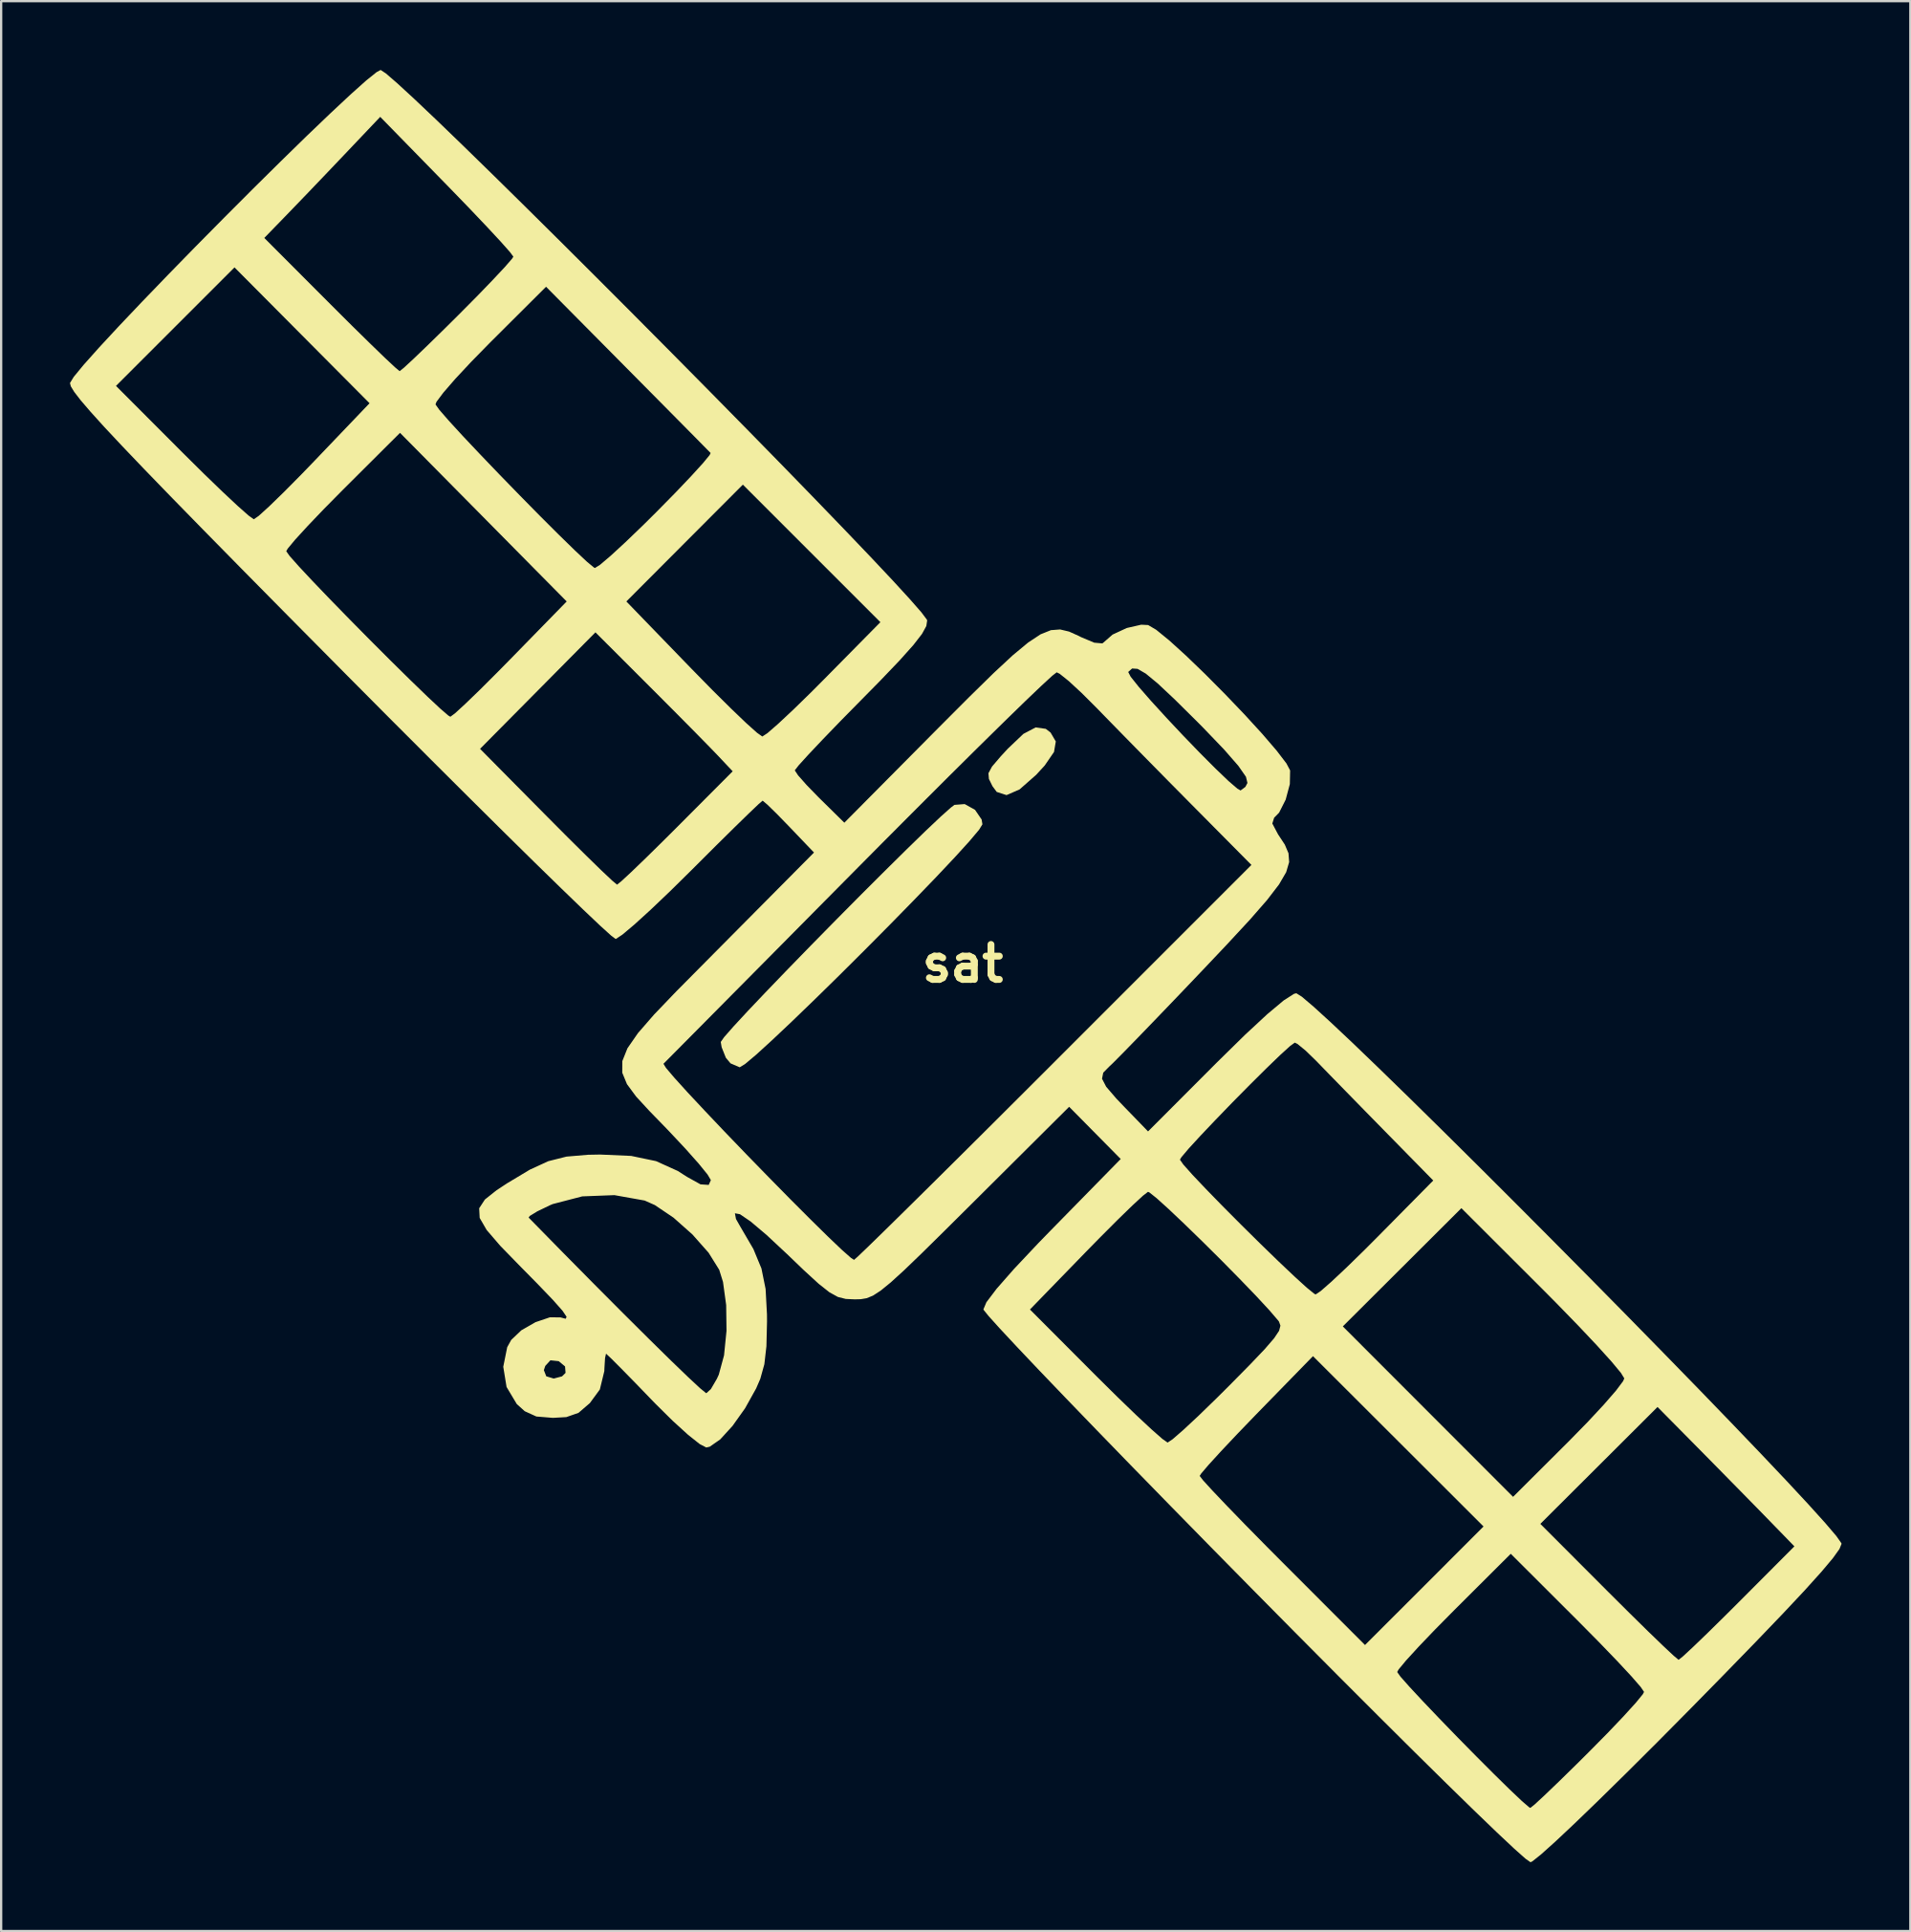
<source format=kicad_pcb>
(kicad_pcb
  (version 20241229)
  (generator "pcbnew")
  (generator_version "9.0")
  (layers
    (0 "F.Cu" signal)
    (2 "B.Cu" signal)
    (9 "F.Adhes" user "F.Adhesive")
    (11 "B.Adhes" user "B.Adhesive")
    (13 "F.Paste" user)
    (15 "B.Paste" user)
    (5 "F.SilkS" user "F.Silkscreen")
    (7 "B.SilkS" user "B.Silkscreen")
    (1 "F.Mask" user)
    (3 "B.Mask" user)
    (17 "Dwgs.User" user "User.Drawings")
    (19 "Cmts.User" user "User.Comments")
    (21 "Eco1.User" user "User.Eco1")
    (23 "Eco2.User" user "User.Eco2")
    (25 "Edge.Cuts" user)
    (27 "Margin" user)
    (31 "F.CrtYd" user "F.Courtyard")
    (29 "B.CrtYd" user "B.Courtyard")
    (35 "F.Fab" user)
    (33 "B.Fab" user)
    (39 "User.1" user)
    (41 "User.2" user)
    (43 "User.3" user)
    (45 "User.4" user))
  (footprint "sat"
    (layer "F.Cu")
    (at 38.919 38.961)
    (property "Reference" "sat" (at 0 0 0) (layer "F.SilkS") (effects (font (size 1.524 1.524) (thickness 0.3))))
    (attr board_only exclude_from_pos_files exclude_from_bom)
    (fp_poly (pts (xy 3.623 -10.236) (xy 3.832 -10.074) (xy 4.06 -9.686) (xy 3.982 -9.228) (xy 3.576 -8.637) (xy 3.204 -8.231) (xy 2.479 -7.594) (xy 1.912 -7.347) (xy 1.485 -7.485) (xy 1.299 -7.735) (xy 1.144 -8.051) (xy 1.123 -8.3) (xy 1.279 -8.591) (xy 1.656 -9.033) (xy 1.965 -9.368) (xy 2.646 -10.016) (xy 3.181 -10.298)) (stroke (width 0) (type solid)) (fill yes) (layer "F.SilkS"))
    (fp_poly (pts (xy 0.537 -6.706) (xy 0.826 -6.283) (xy 0.861 -6.074) (xy 0.713 -5.834) (xy 0.297 -5.34) (xy -0.343 -4.636) (xy -1.164 -3.765) (xy -2.122 -2.772) (xy -3.173 -1.698) (xy -4.274 -0.589) (xy -5.381 0.513) (xy -6.452 1.563) (xy -7.441 2.518) (xy -8.307 3.335) (xy -9.004 3.971) (xy -9.491 4.38) (xy -9.72 4.52) (xy -10.121 4.348) (xy -10.325 4.104) (xy -10.508 3.645) (xy -10.547 3.415) (xy -10.401 3.206) (xy -9.991 2.739) (xy -9.362 2.059) (xy -8.555 1.209) (xy -7.615 0.233) (xy -6.586 -0.824) (xy -5.51 -1.919) (xy -4.431 -3.007) (xy -3.392 -4.044) (xy -2.438 -4.987) (xy -1.611 -5.791) (xy -0.954 -6.412) (xy -0.512 -6.806) (xy -0.359 -6.921) (xy 0.088 -6.956)) (stroke (width 0) (type solid)) (fill yes) (layer "F.SilkS"))
    (fp_poly (pts (xy -25.147 -38.811) (xy -24.649 -38.38) (xy -23.908 -37.698) (xy -22.952 -36.792) (xy -21.812 -35.691) (xy -20.514 -34.424) (xy -19.088 -33.02) (xy -17.562 -31.508) (xy -15.964 -29.915) (xy -14.323 -28.271) (xy -12.667 -26.604) (xy -11.025 -24.943) (xy -9.425 -23.317) (xy -7.896 -21.755) (xy -6.466 -20.284) (xy -5.164 -18.934) (xy -4.017 -17.734) (xy -3.055 -16.711) (xy -2.307 -15.895) (xy -1.799 -15.315) (xy -1.562 -14.998) (xy -1.548 -14.962) (xy -1.585 -14.717) (xy -1.775 -14.372) (xy -2.152 -13.887) (xy -2.749 -13.219) (xy -3.601 -12.328) (xy -4.4 -11.517) (xy -5.306 -10.597) (xy -6.097 -9.778) (xy -6.727 -9.111) (xy -7.15 -8.645) (xy -7.318 -8.429) (xy -7.319 -8.424) (xy -7.176 -8.208) (xy -6.801 -7.784) (xy -6.273 -7.241) (xy -6.239 -7.208) (xy -5.159 -6.144) (xy -1.069 -10.267) (xy 0.258 -11.597) (xy 1.326 -12.645) (xy 1.396 -12.711) (xy 7.218 -12.711) (xy 7.323 -12.509) (xy 7.675 -12.068) (xy 8.213 -11.452) (xy 8.877 -10.725) (xy 9.606 -9.948) (xy 10.341 -9.187) (xy 11.022 -8.504) (xy 11.587 -7.963) (xy 11.978 -7.627) (xy 12.115 -7.549) (xy 12.325 -7.706) (xy 12.414 -7.876) (xy 12.35 -8.145) (xy 12.016 -8.625) (xy 11.394 -9.337) (xy 10.467 -10.303) (xy 10.205 -10.567) (xy 9.229 -11.533) (xy 8.502 -12.215) (xy 7.982 -12.644) (xy 7.625 -12.851) (xy 7.387 -12.867) (xy 7.225 -12.723) (xy 7.218 -12.711) (xy 1.396 -12.711) (xy 2.177 -13.437) (xy 2.853 -13.998) (xy 3.396 -14.357) (xy 3.847 -14.538) (xy 4.248 -14.569) (xy 4.639 -14.476) (xy 5.064 -14.285) (xy 5.164 -14.233) (xy 5.737 -13.992) (xy 6.09 -13.961) (xy 6.14 -14.001) (xy 6.536 -14.346) (xy 7.153 -14.632) (xy 7.784 -14.776) (xy 8.086 -14.761) (xy 8.437 -14.554) (xy 9.009 -14.088) (xy 9.741 -13.423) (xy 10.573 -12.621) (xy 11.444 -11.744) (xy 12.295 -10.854) (xy 13.063 -10.014) (xy 13.69 -9.284) (xy 14.115 -8.727) (xy 14.275 -8.423) (xy 14.263 -7.826) (xy 14.081 -7.148) (xy 13.795 -6.582) (xy 13.579 -6.361) (xy 13.499 -6.109) (xy 13.752 -5.631) (xy 13.772 -5.602) (xy 14.043 -5.19) (xy 14.204 -4.812) (xy 14.233 -4.426) (xy 14.103 -3.986) (xy 13.791 -3.451) (xy 13.272 -2.775) (xy 12.521 -1.915) (xy 11.514 -0.828) (xy 10.474 0.271) (xy 9.434 1.362) (xy 8.476 2.36) (xy 7.646 3.22) (xy 6.989 3.894) (xy 6.548 4.338) (xy 6.384 4.493) (xy 6.128 4.754) (xy 6.075 5.018) (xy 6.256 5.367) (xy 6.702 5.886) (xy 7.054 6.254) (xy 8.082 7.315) (xy 11.088 4.303) (xy 12.309 3.104) (xy 13.282 2.201) (xy 13.998 1.602) (xy 14.447 1.316) (xy 14.547 1.292) (xy 14.786 1.442) (xy 15.295 1.874) (xy 16.046 2.559) (xy 17.01 3.467) (xy 18.157 4.571) (xy 19.461 5.841) (xy 20.892 7.249) (xy 22.421 8.765) (xy 24.02 10.361) (xy 25.662 12.009) (xy 27.316 13.678) (xy 28.955 15.342) (xy 30.55 16.97) (xy 32.073 18.533) (xy 33.494 20.004) (xy 34.786 21.353) (xy 35.921 22.552) (xy 36.868 23.571) (xy 37.601 24.383) (xy 38.09 24.957) (xy 38.307 25.265) (xy 38.315 25.296) (xy 38.224 25.52) (xy 37.938 25.919) (xy 37.44 26.512) (xy 36.714 27.318) (xy 35.742 28.354) (xy 34.508 29.64) (xy 32.994 31.195) (xy 31.726 32.486) (xy 30.275 33.951) (xy 28.929 35.292) (xy 27.72 36.48) (xy 26.676 37.488) (xy 25.827 38.286) (xy 25.203 38.845) (xy 24.834 39.139) (xy 24.754 39.176) (xy 24.541 39.026) (xy 24.047 38.587) (xy 23.294 37.88) (xy 22.301 36.925) (xy 21.09 35.742) (xy 19.68 34.351) (xy 18.093 32.773) (xy 16.348 31.027) (xy 16.205 30.883) (xy 18.942 30.883) (xy 19.086 31.085) (xy 19.479 31.529) (xy 20.064 32.158) (xy 20.783 32.912) (xy 21.578 33.733) (xy 22.393 34.561) (xy 23.169 35.338) (xy 23.849 36.005) (xy 24.375 36.504) (xy 24.69 36.776) (xy 24.748 36.808) (xy 24.929 36.664) (xy 25.359 36.266) (xy 25.986 35.665) (xy 26.754 34.913) (xy 27.28 34.39) (xy 28.105 33.555) (xy 28.81 32.815) (xy 29.342 32.229) (xy 29.65 31.853) (xy 29.705 31.751) (xy 29.559 31.536) (xy 29.154 31.07) (xy 28.535 30.405) (xy 27.751 29.591) (xy 26.849 28.679) (xy 26.799 28.629) (xy 23.894 25.729) (xy 21.418 28.198) (xy 20.584 29.042) (xy 19.87 29.789) (xy 19.327 30.383) (xy 19.007 30.769) (xy 18.942 30.883) (xy 16.205 30.883) (xy 14.466 29.133) (xy 12.67 27.317) (xy 10.814 25.432) (xy 9.047 23.629) (xy 7.783 22.334) (xy 10.332 22.334) (xy 10.478 22.524) (xy 10.887 22.972) (xy 11.518 23.636) (xy 12.328 24.472) (xy 13.275 25.434) (xy 13.936 26.098) (xy 17.54 29.706) (xy 20.124 27.123) (xy 22.707 24.539) (xy 22.594 24.425) (xy 25.184 24.425) (xy 28.141 27.388) (xy 29.06 28.302) (xy 29.873 29.102) (xy 30.535 29.741) (xy 30.995 30.172) (xy 31.206 30.349) (xy 31.212 30.351) (xy 31.395 30.206) (xy 31.827 29.806) (xy 32.455 29.202) (xy 33.225 28.444) (xy 33.793 27.878) (xy 36.259 25.405) (xy 35.188 24.303) (xy 34.598 23.698) (xy 33.813 22.898) (xy 32.943 22.013) (xy 32.206 21.265) (xy 30.293 19.329) (xy 27.739 21.877) (xy 25.184 24.425) (xy 22.594 24.425) (xy 18.99 20.826) (xy 15.272 17.113) (xy 12.802 19.645) (xy 11.976 20.502) (xy 11.267 21.254) (xy 10.726 21.846) (xy 10.402 22.225) (xy 10.332 22.334) (xy 7.783 22.334) (xy 7.392 21.934) (xy 5.873 20.369) (xy 4.513 18.96) (xy 3.335 17.731) (xy 2.363 16.705) (xy 1.619 15.907) (xy 1.128 15.362) (xy 0.911 15.093) (xy 0.906 15.079) (xy 2.933 15.079) (xy 5.825 17.979) (xy 6.74 18.885) (xy 7.559 19.676) (xy 8.231 20.303) (xy 8.705 20.72) (xy 8.932 20.879) (xy 8.935 20.88) (xy 9.153 20.734) (xy 9.616 20.332) (xy 10.268 19.725) (xy 11.052 18.964) (xy 11.606 18.413) (xy 12.521 17.486) (xy 13.166 16.809) (xy 13.577 16.333) (xy 13.794 16.008) (xy 13.844 15.816) (xy 16.573 15.816) (xy 20.284 19.531) (xy 23.995 23.246) (xy 26.42 20.829) (xy 27.246 19.985) (xy 27.952 19.226) (xy 28.484 18.613) (xy 28.79 18.205) (xy 28.844 18.082) (xy 28.697 17.843) (xy 28.286 17.348) (xy 27.652 16.647) (xy 26.839 15.785) (xy 25.89 14.809) (xy 25.293 14.207) (xy 21.742 10.661) (xy 19.158 13.238) (xy 16.573 15.816) (xy 13.844 15.816) (xy 13.852 15.783) (xy 13.791 15.609) (xy 13.756 15.561) (xy 13.369 15.11) (xy 12.786 14.481) (xy 12.066 13.734) (xy 11.268 12.924) (xy 10.449 12.111) (xy 9.668 11.352) (xy 8.984 10.704) (xy 8.454 10.225) (xy 8.137 9.973) (xy 8.079 9.949) (xy 7.861 10.117) (xy 7.4 10.543) (xy 6.752 11.173) (xy 5.972 11.955) (xy 5.395 12.544) (xy 2.933 15.079) (xy 0.906 15.079) (xy 0.903 15.074) (xy 1.034 14.763) (xy 1.481 14.173) (xy 2.237 13.312) (xy 3.296 12.188) (xy 3.864 11.604) (xy 6.862 8.546) (xy 9.471 8.546) (xy 9.618 8.757) (xy 10.018 9.206) (xy 10.613 9.834) (xy 11.345 10.585) (xy 12.155 11.399) (xy 12.985 12.219) (xy 13.776 12.987) (xy 14.47 13.644) (xy 15.007 14.132) (xy 15.33 14.394) (xy 15.388 14.422) (xy 15.607 14.276) (xy 16.069 13.872) (xy 16.719 13.263) (xy 17.502 12.499) (xy 18.061 11.939) (xy 20.515 9.455) (xy 18.358 7.257) (xy 17.504 6.386) (xy 16.688 5.551) (xy 15.99 4.836) (xy 15.495 4.326) (xy 15.423 4.251) (xy 14.953 3.794) (xy 14.596 3.502) (xy 14.479 3.444) (xy 14.276 3.591) (xy 13.84 3.987) (xy 13.235 4.571) (xy 12.523 5.278) (xy 11.765 6.045) (xy 11.026 6.809) (xy 10.366 7.504) (xy 9.848 8.069) (xy 9.535 8.44) (xy 9.471 8.546) (xy 6.862 8.546) (xy 6.89 8.518) (xy 5.766 7.38) (xy 4.642 6.242) (xy 0.425 10.44) (xy -0.82 11.677) (xy -1.801 12.644) (xy -2.56 13.374) (xy -3.137 13.899) (xy -3.572 14.254) (xy -3.907 14.472) (xy -4.183 14.586) (xy -4.44 14.63) (xy -4.704 14.637) (xy -5.096 14.619) (xy -5.441 14.532) (xy -5.811 14.327) (xy -6.279 13.957) (xy -6.918 13.372) (xy -7.653 12.666) (xy -8.551 11.828) (xy -9.243 11.243) (xy -9.71 10.925) (xy -9.93 10.884) (xy -9.884 11.132) (xy -9.691 11.472) (xy -9.124 12.442) (xy -8.773 13.29) (xy -8.592 14.183) (xy -8.532 15.293) (xy -8.53 15.606) (xy -8.556 16.679) (xy -8.646 17.464) (xy -8.823 18.101) (xy -9.003 18.518) (xy -9.487 19.386) (xy -10.034 20.155) (xy -10.571 20.743) (xy -11.028 21.061) (xy -11.178 21.095) (xy -11.464 20.946) (xy -11.974 20.54) (xy -12.64 19.934) (xy -13.393 19.189) (xy -13.528 19.05) (xy -14.259 18.293) (xy -14.876 17.663) (xy -15.321 17.217) (xy -15.538 17.013) (xy -15.549 17.006) (xy -15.591 17.196) (xy -15.62 17.662) (xy -15.622 17.762) (xy -15.818 18.565) (xy -16.254 19.16) (xy -16.749 19.585) (xy -17.28 19.77) (xy -17.866 19.803) (xy -18.586 19.744) (xy -19.093 19.513) (xy -19.44 19.2) (xy -19.885 18.457) (xy -20.005 17.722) (xy -18.259 17.722) (xy -18.154 17.991) (xy -17.829 18.089) (xy -17.467 17.994) (xy -17.313 17.842) (xy -17.335 17.561) (xy -17.61 17.332) (xy -17.969 17.294) (xy -17.974 17.295) (xy -18.198 17.54) (xy -18.259 17.722) (xy -20.005 17.722) (xy -20.029 17.576) (xy -19.857 16.722) (xy -19.681 16.404) (xy -19.24 15.985) (xy -18.624 15.632) (xy -17.999 15.42) (xy -17.538 15.422) (xy -17.307 15.483) (xy -17.268 15.397) (xy -17.445 15.134) (xy -17.863 14.662) (xy -18.548 13.948) (xy -19.257 13.229) (xy -20.157 12.305) (xy -20.753 11.612) (xy -21.057 11.087) (xy -21.058 11.072) (xy -18.922 11.072) (xy -17.456 12.567) (xy -16.073 13.967) (xy -14.802 15.243) (xy -13.674 16.365) (xy -12.719 17.304) (xy -11.966 18.029) (xy -11.447 18.512) (xy -11.191 18.721) (xy -11.174 18.727) (xy -10.977 18.548) (xy -10.717 18.102) (xy -10.633 17.92) (xy -10.404 17.079) (xy -10.296 16.009) (xy -10.311 14.884) (xy -10.449 13.877) (xy -10.615 13.346) (xy -11.078 12.603) (xy -11.783 11.807) (xy -12.606 11.076) (xy -13.419 10.527) (xy -13.864 10.329) (xy -15.183 10.093) (xy -16.586 10.147) (xy -17.874 10.483) (xy -17.989 10.532) (xy -18.545 10.8) (xy -18.877 11.003) (xy -18.922 11.072) (xy -21.058 11.072) (xy -21.079 10.665) (xy -20.829 10.283) (xy -20.318 9.877) (xy -19.852 9.571) (xy -18.871 8.983) (xy -18.065 8.613) (xy -17.273 8.413) (xy -16.332 8.333) (xy -15.808 8.323) (xy -14.452 8.383) (xy -13.368 8.61) (xy -12.418 9.04) (xy -12.021 9.294) (xy -11.429 9.623) (xy -11.072 9.647) (xy -10.978 9.438) (xy -11.12 9.198) (xy -11.509 8.719) (xy -12.088 8.067) (xy -12.8 7.308) (xy -12.915 7.188) (xy -13.659 6.422) (xy -14.238 5.794) (xy -14.636 5.254) (xy -14.841 4.756) (xy -14.839 4.367) (xy -13.045 4.367) (xy -12.935 4.545) (xy -12.567 4.979) (xy -11.986 5.62) (xy -11.238 6.42) (xy -10.372 7.333) (xy -9.433 8.309) (xy -8.467 9.301) (xy -7.522 10.262) (xy -6.643 11.142) (xy -5.878 11.895) (xy -5.273 12.472) (xy -4.874 12.825) (xy -4.737 12.915) (xy -4.568 12.767) (xy -4.124 12.342) (xy -3.43 11.665) (xy -2.515 10.766) (xy -1.406 9.67) (xy -0.13 8.405) (xy 1.284 6.998) (xy 2.81 5.476) (xy 3.981 4.306) (xy 12.588 -4.303) (xy 9.973 -6.941) (xy 8.969 -7.956) (xy 7.936 -9.005) (xy 6.968 -9.991) (xy 6.162 -10.816) (xy 5.848 -11.139) (xy 5.189 -11.797) (xy 4.625 -12.318) (xy 4.23 -12.635) (xy 4.099 -12.7) (xy 3.907 -12.551) (xy 3.442 -12.123) (xy 2.73 -11.444) (xy 1.802 -10.54) (xy 0.684 -9.441) (xy -0.595 -8.173) (xy -2.006 -6.764) (xy -3.522 -5.243) (xy -4.506 -4.251) (xy -6.073 -2.669) (xy -7.55 -1.177) (xy -8.91 0.196) (xy -10.125 1.422) (xy -11.166 2.473) (xy -12.006 3.32) (xy -12.616 3.935) (xy -12.968 4.29) (xy -13.045 4.367) (xy -14.839 4.367) (xy -14.839 4.251) (xy -14.615 3.691) (xy -14.157 3.029) (xy -13.45 2.216) (xy -12.48 1.204) (xy -11.234 -0.053) (xy -10.668 -0.624) (xy -6.482 -4.843) (xy -7.562 -5.973) (xy -8.097 -6.523) (xy -8.509 -6.926) (xy -8.716 -7.101) (xy -8.723 -7.103) (xy -8.893 -6.958) (xy -9.318 -6.553) (xy -9.952 -5.935) (xy -10.748 -5.149) (xy -11.658 -4.241) (xy -11.809 -4.09) (xy -12.748 -3.164) (xy -13.599 -2.353) (xy -14.312 -1.704) (xy -14.835 -1.264) (xy -15.115 -1.079) (xy -15.132 -1.076) (xy -15.331 -1.226) (xy -15.808 -1.658) (xy -16.539 -2.351) (xy -17.502 -3.281) (xy -18.672 -4.423) (xy -20.025 -5.756) (xy -21.537 -7.256) (xy -23.186 -8.899) (xy -23.65 -9.364) (xy -21.04 -9.364) (xy -18.111 -6.404) (xy -17.199 -5.488) (xy -16.391 -4.688) (xy -15.735 -4.049) (xy -15.279 -3.619) (xy -15.072 -3.446) (xy -15.067 -3.444) (xy -14.885 -3.589) (xy -14.453 -3.989) (xy -13.825 -4.593) (xy -13.055 -5.351) (xy -12.49 -5.914) (xy -10.027 -8.385) (xy -10.664 -9.061) (xy -11.042 -9.453) (xy -11.652 -10.075) (xy -12.423 -10.854) (xy -13.282 -11.716) (xy -13.656 -12.09) (xy -16.01 -14.443) (xy -18.525 -11.903) (xy -21.04 -9.364) (xy -23.65 -9.364) (xy -24.947 -10.661) (xy -26.796 -12.521) (xy -27.217 -12.946) (xy -29.453 -15.203) (xy -31.4 -17.175) (xy -32.191 -17.98) (xy -29.49 -17.98) (xy -29.344 -17.774) (xy -28.942 -17.321) (xy -28.337 -16.673) (xy -27.579 -15.883) (xy -26.723 -15.005) (xy -25.819 -14.09) (xy -24.92 -13.191) (xy -24.079 -12.362) (xy -23.347 -11.654) (xy -22.778 -11.121) (xy -22.423 -10.815) (xy -22.335 -10.763) (xy -22.137 -10.909) (xy -21.694 -11.315) (xy -21.06 -11.927) (xy -20.29 -12.695) (xy -19.718 -13.276) (xy -17.264 -15.789) (xy -17.264 -15.79) (xy -14.662 -15.79) (xy -11.813 -12.846) (xy -10.911 -11.926) (xy -10.102 -11.124) (xy -9.437 -10.487) (xy -8.965 -10.064) (xy -8.737 -9.903) (xy -8.733 -9.903) (xy -8.511 -10.049) (xy -8.046 -10.454) (xy -7.393 -11.064) (xy -6.608 -11.83) (xy -6.045 -12.395) (xy -3.587 -14.886) (xy -9.583 -20.882) (xy -12.123 -18.336) (xy -14.662 -15.79) (xy -17.264 -15.79) (xy -20.897 -19.465) (xy -24.53 -23.14) (xy -27.01 -20.668) (xy -27.845 -19.823) (xy -28.559 -19.076) (xy -29.103 -18.481) (xy -29.425 -18.094) (xy -29.49 -17.98) (xy -32.191 -17.98) (xy -33.077 -18.881) (xy -34.502 -20.339) (xy -35.692 -21.568) (xy -36.664 -22.586) (xy -37.437 -23.412) (xy -38.027 -24.065) (xy -38.453 -24.562) (xy -38.732 -24.924) (xy -38.881 -25.167) (xy -38.886 -25.187) (xy -36.912 -25.187) (xy -34.011 -22.28) (xy -33.096 -21.373) (xy -32.277 -20.582) (xy -31.605 -19.953) (xy -31.132 -19.535) (xy -30.906 -19.373) (xy -30.902 -19.373) (xy -30.69 -19.521) (xy -30.238 -19.931) (xy -29.601 -20.55) (xy -28.832 -21.326) (xy -28.276 -21.902) (xy -25.907 -24.38) (xy -22.983 -24.38) (xy -22.82 -24.149) (xy -22.405 -23.672) (xy -21.792 -23.003) (xy -21.032 -22.198) (xy -20.18 -21.309) (xy -19.287 -20.391) (xy -18.408 -19.498) (xy -17.594 -18.686) (xy -16.898 -18.007) (xy -16.374 -17.516) (xy -16.073 -17.268) (xy -16.033 -17.248) (xy -15.814 -17.384) (xy -15.351 -17.777) (xy -14.699 -18.377) (xy -13.913 -19.133) (xy -13.353 -19.689) (xy -12.532 -20.523) (xy -11.839 -21.251) (xy -11.324 -21.817) (xy -11.033 -22.17) (xy -10.989 -22.261) (xy -11.162 -22.437) (xy -11.594 -22.876) (xy -12.242 -23.531) (xy -13.063 -24.361) (xy -14.013 -25.32) (xy -14.624 -25.937) (xy -18.163 -29.509) (xy -20.602 -27.078) (xy -21.426 -26.237) (xy -22.124 -25.489) (xy -22.644 -24.889) (xy -22.938 -24.496) (xy -22.983 -24.38) (xy -25.907 -24.38) (xy -25.858 -24.431) (xy -28.802 -27.392) (xy -31.746 -30.353) (xy -36.912 -25.187) (xy -38.886 -25.187) (xy -38.919 -25.312) (xy -38.919 -25.312) (xy -38.754 -25.581) (xy -38.32 -26.108) (xy -37.655 -26.854) (xy -36.796 -27.781) (xy -35.783 -28.849) (xy -34.653 -30.021) (xy -33.445 -31.259) (xy -33.071 -31.637) (xy -30.447 -31.637) (xy -27.55 -28.734) (xy -26.642 -27.829) (xy -25.839 -27.04) (xy -25.19 -26.412) (xy -24.743 -25.994) (xy -24.548 -25.831) (xy -24.545 -25.831) (xy -24.364 -25.975) (xy -23.934 -26.373) (xy -23.308 -26.974) (xy -22.54 -27.726) (xy -22.013 -28.249) (xy -21.189 -29.079) (xy -20.486 -29.807) (xy -19.954 -30.376) (xy -19.645 -30.732) (xy -19.588 -30.821) (xy -19.732 -31.016) (xy -20.132 -31.468) (xy -20.742 -32.125) (xy -21.516 -32.94) (xy -22.408 -33.861) (xy -22.491 -33.946) (xy -25.393 -36.916) (xy -26.925 -35.302) (xy -27.708 -34.479) (xy -28.511 -33.639) (xy -29.205 -32.918) (xy -29.452 -32.662) (xy -30.447 -31.637) (xy -33.071 -31.637) (xy -32.196 -32.522) (xy -30.946 -33.774) (xy -29.733 -34.974) (xy -28.594 -36.086) (xy -27.567 -37.069) (xy -26.693 -37.886) (xy -26.007 -38.499) (xy -25.55 -38.867) (xy -25.375 -38.961)) (stroke (width 0) (type solid)) (fill yes) (layer "F.SilkS")))
  (gr_rect
    (start -3 -3)
    (end 80.234 81.137)
    (stroke (width 0.1) (type default))
    (fill no)
    (layer "Edge.Cuts")))
</source>
